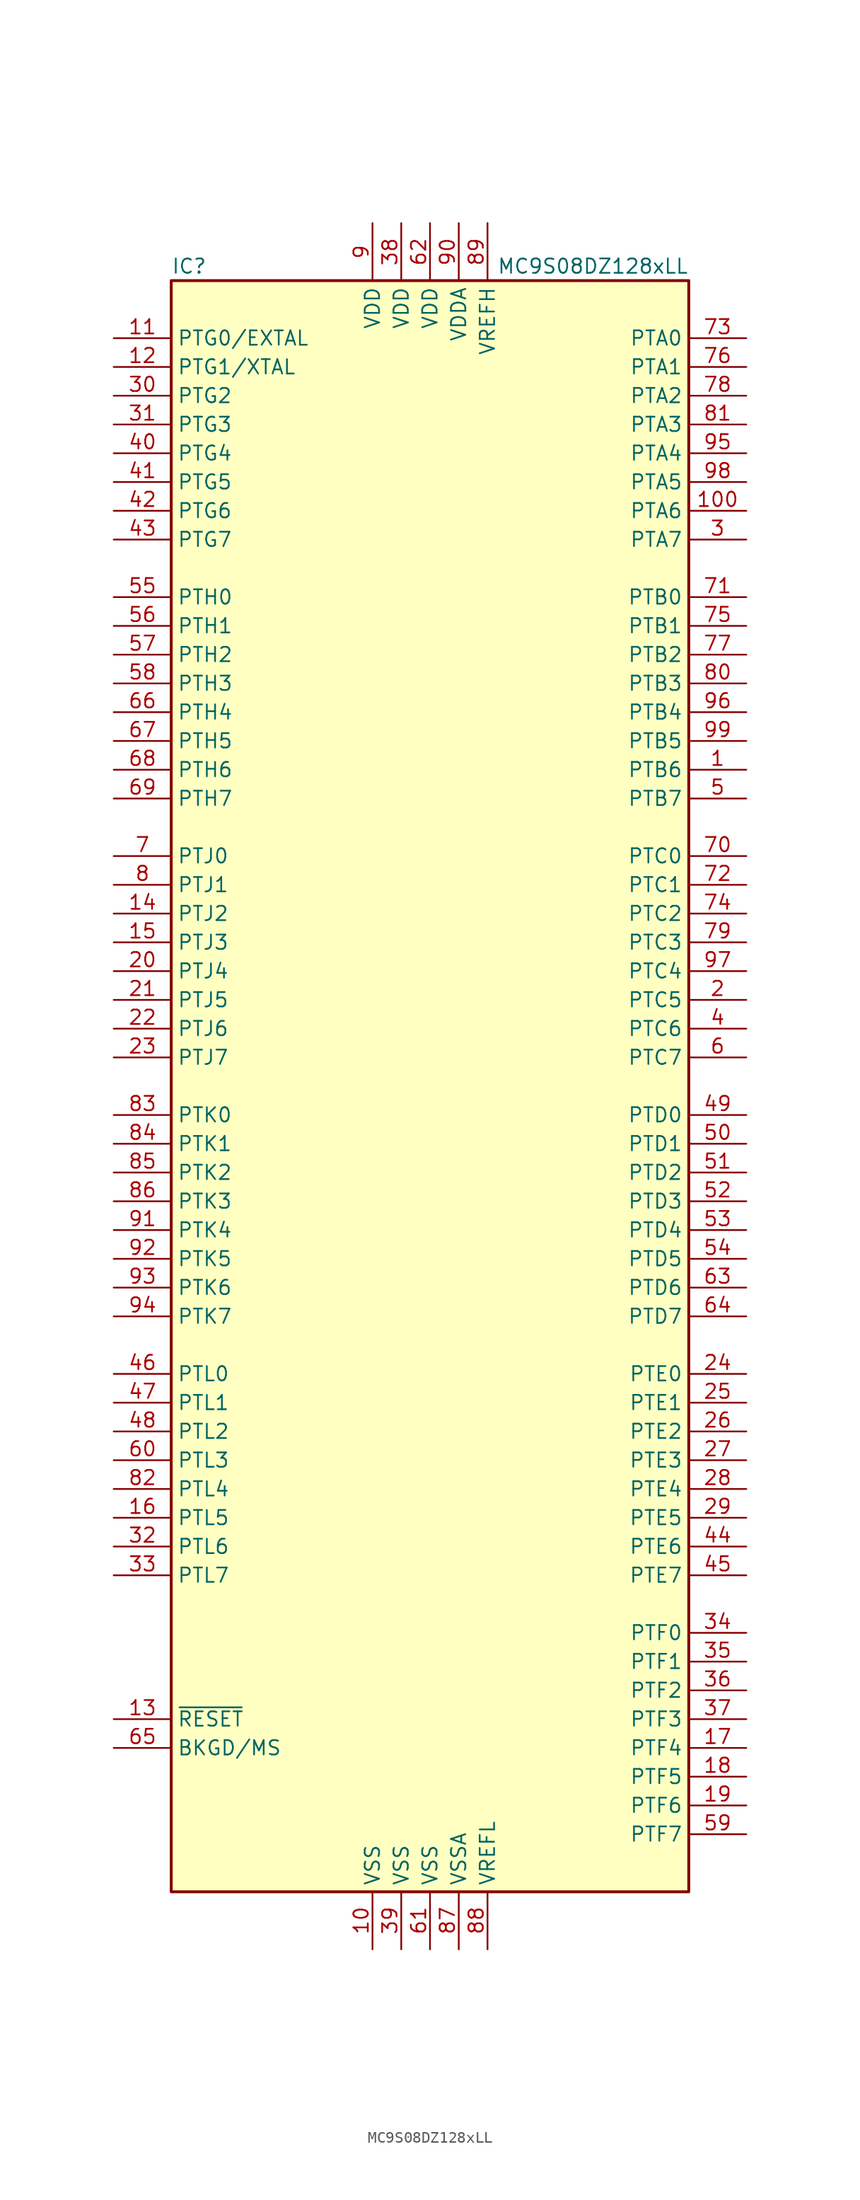
<source format=kicad_sym>
(kicad_symbol_lib
  (version 20201005)
  (generator kicad_symbol_editor)
  (symbol "MCU_NXP_S08:MC9S08DZ128xLL"
    (property "Reference" "IC"
      (at -22.86 72.39 0)
      (effects (font (size 1.27 1.27)) (justify left)))
    (property "Value" "MC9S08DZ128xLL"
      (at 22.86 72.39 0)
      (effects (font (size 1.27 1.27)) (justify right)))
    (symbol "MC9S08DZ128xLL_0_1"
      (rectangle (start -22.86 71.12) (end 22.86 -71.12) (stroke (width 0.254)) (fill (type background))))
    (symbol "MC9S08DZ128xLL_1_1"
      (pin bidirectional line (at 27.94 27.94 180) (length 5.08) (name "PTB6" (effects (font (size 1.27 1.27)))) (number "1" (effects (font (size 1.27 1.27)))))
      (pin power_in line (at -5.08 -76.2 90) (length 5.08) (name "VSS" (effects (font (size 1.27 1.27)))) (number "10" (effects (font (size 1.27 1.27)))))
      (pin bidirectional line (at 27.94 50.8 180) (length 5.08) (name "PTA6" (effects (font (size 1.27 1.27)))) (number "100" (effects (font (size 1.27 1.27)))))
      (pin bidirectional line (at -27.94 66.04 0) (length 5.08) (name "PTG0/EXTAL" (effects (font (size 1.27 1.27)))) (number "11" (effects (font (size 1.27 1.27)))))
      (pin bidirectional line (at -27.94 63.5 0) (length 5.08) (name "PTG1/XTAL" (effects (font (size 1.27 1.27)))) (number "12" (effects (font (size 1.27 1.27)))))
      (pin input line (at -27.94 -55.88 0) (length 5.08) (name "~RESET" (effects (font (size 1.27 1.27)))) (number "13" (effects (font (size 1.27 1.27)))))
      (pin bidirectional line (at -27.94 15.24 0) (length 5.08) (name "PTJ2" (effects (font (size 1.27 1.27)))) (number "14" (effects (font (size 1.27 1.27)))))
      (pin bidirectional line (at -27.94 12.7 0) (length 5.08) (name "PTJ3" (effects (font (size 1.27 1.27)))) (number "15" (effects (font (size 1.27 1.27)))))
      (pin bidirectional line (at -27.94 -38.1 0) (length 5.08) (name "PTL5" (effects (font (size 1.27 1.27)))) (number "16" (effects (font (size 1.27 1.27)))))
      (pin bidirectional line (at 27.94 -58.42 180) (length 5.08) (name "PTF4" (effects (font (size 1.27 1.27)))) (number "17" (effects (font (size 1.27 1.27)))))
      (pin bidirectional line (at 27.94 -60.96 180) (length 5.08) (name "PTF5" (effects (font (size 1.27 1.27)))) (number "18" (effects (font (size 1.27 1.27)))))
      (pin bidirectional line (at 27.94 -63.5 180) (length 5.08) (name "PTF6" (effects (font (size 1.27 1.27)))) (number "19" (effects (font (size 1.27 1.27)))))
      (pin bidirectional line (at 27.94 7.62 180) (length 5.08) (name "PTC5" (effects (font (size 1.27 1.27)))) (number "2" (effects (font (size 1.27 1.27)))))
      (pin bidirectional line (at -27.94 10.16 0) (length 5.08) (name "PTJ4" (effects (font (size 1.27 1.27)))) (number "20" (effects (font (size 1.27 1.27)))))
      (pin bidirectional line (at -27.94 7.62 0) (length 5.08) (name "PTJ5" (effects (font (size 1.27 1.27)))) (number "21" (effects (font (size 1.27 1.27)))))
      (pin bidirectional line (at -27.94 5.08 0) (length 5.08) (name "PTJ6" (effects (font (size 1.27 1.27)))) (number "22" (effects (font (size 1.27 1.27)))))
      (pin bidirectional line (at -27.94 2.54 0) (length 5.08) (name "PTJ7" (effects (font (size 1.27 1.27)))) (number "23" (effects (font (size 1.27 1.27)))))
      (pin bidirectional line (at 27.94 -25.4 180) (length 5.08) (name "PTE0" (effects (font (size 1.27 1.27)))) (number "24" (effects (font (size 1.27 1.27)))))
      (pin bidirectional line (at 27.94 -27.94 180) (length 5.08) (name "PTE1" (effects (font (size 1.27 1.27)))) (number "25" (effects (font (size 1.27 1.27)))))
      (pin bidirectional line (at 27.94 -30.48 180) (length 5.08) (name "PTE2" (effects (font (size 1.27 1.27)))) (number "26" (effects (font (size 1.27 1.27)))))
      (pin bidirectional line (at 27.94 -33.02 180) (length 5.08) (name "PTE3" (effects (font (size 1.27 1.27)))) (number "27" (effects (font (size 1.27 1.27)))))
      (pin bidirectional line (at 27.94 -35.56 180) (length 5.08) (name "PTE4" (effects (font (size 1.27 1.27)))) (number "28" (effects (font (size 1.27 1.27)))))
      (pin bidirectional line (at 27.94 -38.1 180) (length 5.08) (name "PTE5" (effects (font (size 1.27 1.27)))) (number "29" (effects (font (size 1.27 1.27)))))
      (pin bidirectional line (at 27.94 48.26 180) (length 5.08) (name "PTA7" (effects (font (size 1.27 1.27)))) (number "3" (effects (font (size 1.27 1.27)))))
      (pin bidirectional line (at -27.94 60.96 0) (length 5.08) (name "PTG2" (effects (font (size 1.27 1.27)))) (number "30" (effects (font (size 1.27 1.27)))))
      (pin bidirectional line (at -27.94 58.42 0) (length 5.08) (name "PTG3" (effects (font (size 1.27 1.27)))) (number "31" (effects (font (size 1.27 1.27)))))
      (pin bidirectional line (at -27.94 -40.64 0) (length 5.08) (name "PTL6" (effects (font (size 1.27 1.27)))) (number "32" (effects (font (size 1.27 1.27)))))
      (pin bidirectional line (at -27.94 -43.18 0) (length 5.08) (name "PTL7" (effects (font (size 1.27 1.27)))) (number "33" (effects (font (size 1.27 1.27)))))
      (pin bidirectional line (at 27.94 -48.26 180) (length 5.08) (name "PTF0" (effects (font (size 1.27 1.27)))) (number "34" (effects (font (size 1.27 1.27)))))
      (pin bidirectional line (at 27.94 -50.8 180) (length 5.08) (name "PTF1" (effects (font (size 1.27 1.27)))) (number "35" (effects (font (size 1.27 1.27)))))
      (pin bidirectional line (at 27.94 -53.34 180) (length 5.08) (name "PTF2" (effects (font (size 1.27 1.27)))) (number "36" (effects (font (size 1.27 1.27)))))
      (pin bidirectional line (at 27.94 -55.88 180) (length 5.08) (name "PTF3" (effects (font (size 1.27 1.27)))) (number "37" (effects (font (size 1.27 1.27)))))
      (pin power_in line (at -2.54 76.2 270) (length 5.08) (name "VDD" (effects (font (size 1.27 1.27)))) (number "38" (effects (font (size 1.27 1.27)))))
      (pin power_in line (at -2.54 -76.2 90) (length 5.08) (name "VSS" (effects (font (size 1.27 1.27)))) (number "39" (effects (font (size 1.27 1.27)))))
      (pin bidirectional line (at 27.94 5.08 180) (length 5.08) (name "PTC6" (effects (font (size 1.27 1.27)))) (number "4" (effects (font (size 1.27 1.27)))))
      (pin bidirectional line (at -27.94 55.88 0) (length 5.08) (name "PTG4" (effects (font (size 1.27 1.27)))) (number "40" (effects (font (size 1.27 1.27)))))
      (pin bidirectional line (at -27.94 53.34 0) (length 5.08) (name "PTG5" (effects (font (size 1.27 1.27)))) (number "41" (effects (font (size 1.27 1.27)))))
      (pin bidirectional line (at -27.94 50.8 0) (length 5.08) (name "PTG6" (effects (font (size 1.27 1.27)))) (number "42" (effects (font (size 1.27 1.27)))))
      (pin bidirectional line (at -27.94 48.26 0) (length 5.08) (name "PTG7" (effects (font (size 1.27 1.27)))) (number "43" (effects (font (size 1.27 1.27)))))
      (pin bidirectional line (at 27.94 -40.64 180) (length 5.08) (name "PTE6" (effects (font (size 1.27 1.27)))) (number "44" (effects (font (size 1.27 1.27)))))
      (pin bidirectional line (at 27.94 -43.18 180) (length 5.08) (name "PTE7" (effects (font (size 1.27 1.27)))) (number "45" (effects (font (size 1.27 1.27)))))
      (pin bidirectional line (at -27.94 -25.4 0) (length 5.08) (name "PTL0" (effects (font (size 1.27 1.27)))) (number "46" (effects (font (size 1.27 1.27)))))
      (pin bidirectional line (at -27.94 -27.94 0) (length 5.08) (name "PTL1" (effects (font (size 1.27 1.27)))) (number "47" (effects (font (size 1.27 1.27)))))
      (pin bidirectional line (at -27.94 -30.48 0) (length 5.08) (name "PTL2" (effects (font (size 1.27 1.27)))) (number "48" (effects (font (size 1.27 1.27)))))
      (pin bidirectional line (at 27.94 -2.54 180) (length 5.08) (name "PTD0" (effects (font (size 1.27 1.27)))) (number "49" (effects (font (size 1.27 1.27)))))
      (pin bidirectional line (at 27.94 25.4 180) (length 5.08) (name "PTB7" (effects (font (size 1.27 1.27)))) (number "5" (effects (font (size 1.27 1.27)))))
      (pin bidirectional line (at 27.94 -5.08 180) (length 5.08) (name "PTD1" (effects (font (size 1.27 1.27)))) (number "50" (effects (font (size 1.27 1.27)))))
      (pin bidirectional line (at 27.94 -7.62 180) (length 5.08) (name "PTD2" (effects (font (size 1.27 1.27)))) (number "51" (effects (font (size 1.27 1.27)))))
      (pin bidirectional line (at 27.94 -10.16 180) (length 5.08) (name "PTD3" (effects (font (size 1.27 1.27)))) (number "52" (effects (font (size 1.27 1.27)))))
      (pin bidirectional line (at 27.94 -12.7 180) (length 5.08) (name "PTD4" (effects (font (size 1.27 1.27)))) (number "53" (effects (font (size 1.27 1.27)))))
      (pin bidirectional line (at 27.94 -15.24 180) (length 5.08) (name "PTD5" (effects (font (size 1.27 1.27)))) (number "54" (effects (font (size 1.27 1.27)))))
      (pin bidirectional line (at -27.94 43.18 0) (length 5.08) (name "PTH0" (effects (font (size 1.27 1.27)))) (number "55" (effects (font (size 1.27 1.27)))))
      (pin bidirectional line (at -27.94 40.64 0) (length 5.08) (name "PTH1" (effects (font (size 1.27 1.27)))) (number "56" (effects (font (size 1.27 1.27)))))
      (pin bidirectional line (at -27.94 38.1 0) (length 5.08) (name "PTH2" (effects (font (size 1.27 1.27)))) (number "57" (effects (font (size 1.27 1.27)))))
      (pin bidirectional line (at -27.94 35.56 0) (length 5.08) (name "PTH3" (effects (font (size 1.27 1.27)))) (number "58" (effects (font (size 1.27 1.27)))))
      (pin bidirectional line (at 27.94 -66.04 180) (length 5.08) (name "PTF7" (effects (font (size 1.27 1.27)))) (number "59" (effects (font (size 1.27 1.27)))))
      (pin bidirectional line (at 27.94 2.54 180) (length 5.08) (name "PTC7" (effects (font (size 1.27 1.27)))) (number "6" (effects (font (size 1.27 1.27)))))
      (pin bidirectional line (at -27.94 -33.02 0) (length 5.08) (name "PTL3" (effects (font (size 1.27 1.27)))) (number "60" (effects (font (size 1.27 1.27)))))
      (pin power_in line (at 0 -76.2 90) (length 5.08) (name "VSS" (effects (font (size 1.27 1.27)))) (number "61" (effects (font (size 1.27 1.27)))))
      (pin power_in line (at 0 76.2 270) (length 5.08) (name "VDD" (effects (font (size 1.27 1.27)))) (number "62" (effects (font (size 1.27 1.27)))))
      (pin bidirectional line (at 27.94 -17.78 180) (length 5.08) (name "PTD6" (effects (font (size 1.27 1.27)))) (number "63" (effects (font (size 1.27 1.27)))))
      (pin bidirectional line (at 27.94 -20.32 180) (length 5.08) (name "PTD7" (effects (font (size 1.27 1.27)))) (number "64" (effects (font (size 1.27 1.27)))))
      (pin bidirectional line (at -27.94 -58.42 0) (length 5.08) (name "BKGD/MS" (effects (font (size 1.27 1.27)))) (number "65" (effects (font (size 1.27 1.27)))))
      (pin bidirectional line (at -27.94 33.02 0) (length 5.08) (name "PTH4" (effects (font (size 1.27 1.27)))) (number "66" (effects (font (size 1.27 1.27)))))
      (pin bidirectional line (at -27.94 30.48 0) (length 5.08) (name "PTH5" (effects (font (size 1.27 1.27)))) (number "67" (effects (font (size 1.27 1.27)))))
      (pin bidirectional line (at -27.94 27.94 0) (length 5.08) (name "PTH6" (effects (font (size 1.27 1.27)))) (number "68" (effects (font (size 1.27 1.27)))))
      (pin bidirectional line (at -27.94 25.4 0) (length 5.08) (name "PTH7" (effects (font (size 1.27 1.27)))) (number "69" (effects (font (size 1.27 1.27)))))
      (pin bidirectional line (at -27.94 20.32 0) (length 5.08) (name "PTJ0" (effects (font (size 1.27 1.27)))) (number "7" (effects (font (size 1.27 1.27)))))
      (pin bidirectional line (at 27.94 20.32 180) (length 5.08) (name "PTC0" (effects (font (size 1.27 1.27)))) (number "70" (effects (font (size 1.27 1.27)))))
      (pin bidirectional line (at 27.94 43.18 180) (length 5.08) (name "PTB0" (effects (font (size 1.27 1.27)))) (number "71" (effects (font (size 1.27 1.27)))))
      (pin bidirectional line (at 27.94 17.78 180) (length 5.08) (name "PTC1" (effects (font (size 1.27 1.27)))) (number "72" (effects (font (size 1.27 1.27)))))
      (pin bidirectional line (at 27.94 66.04 180) (length 5.08) (name "PTA0" (effects (font (size 1.27 1.27)))) (number "73" (effects (font (size 1.27 1.27)))))
      (pin bidirectional line (at 27.94 15.24 180) (length 5.08) (name "PTC2" (effects (font (size 1.27 1.27)))) (number "74" (effects (font (size 1.27 1.27)))))
      (pin bidirectional line (at 27.94 40.64 180) (length 5.08) (name "PTB1" (effects (font (size 1.27 1.27)))) (number "75" (effects (font (size 1.27 1.27)))))
      (pin bidirectional line (at 27.94 63.5 180) (length 5.08) (name "PTA1" (effects (font (size 1.27 1.27)))) (number "76" (effects (font (size 1.27 1.27)))))
      (pin bidirectional line (at 27.94 38.1 180) (length 5.08) (name "PTB2" (effects (font (size 1.27 1.27)))) (number "77" (effects (font (size 1.27 1.27)))))
      (pin bidirectional line (at 27.94 60.96 180) (length 5.08) (name "PTA2" (effects (font (size 1.27 1.27)))) (number "78" (effects (font (size 1.27 1.27)))))
      (pin bidirectional line (at 27.94 12.7 180) (length 5.08) (name "PTC3" (effects (font (size 1.27 1.27)))) (number "79" (effects (font (size 1.27 1.27)))))
      (pin bidirectional line (at -27.94 17.78 0) (length 5.08) (name "PTJ1" (effects (font (size 1.27 1.27)))) (number "8" (effects (font (size 1.27 1.27)))))
      (pin bidirectional line (at 27.94 35.56 180) (length 5.08) (name "PTB3" (effects (font (size 1.27 1.27)))) (number "80" (effects (font (size 1.27 1.27)))))
      (pin bidirectional line (at 27.94 58.42 180) (length 5.08) (name "PTA3" (effects (font (size 1.27 1.27)))) (number "81" (effects (font (size 1.27 1.27)))))
      (pin bidirectional line (at -27.94 -35.56 0) (length 5.08) (name "PTL4" (effects (font (size 1.27 1.27)))) (number "82" (effects (font (size 1.27 1.27)))))
      (pin bidirectional line (at -27.94 -2.54 0) (length 5.08) (name "PTK0" (effects (font (size 1.27 1.27)))) (number "83" (effects (font (size 1.27 1.27)))))
      (pin bidirectional line (at -27.94 -5.08 0) (length 5.08) (name "PTK1" (effects (font (size 1.27 1.27)))) (number "84" (effects (font (size 1.27 1.27)))))
      (pin bidirectional line (at -27.94 -7.62 0) (length 5.08) (name "PTK2" (effects (font (size 1.27 1.27)))) (number "85" (effects (font (size 1.27 1.27)))))
      (pin bidirectional line (at -27.94 -10.16 0) (length 5.08) (name "PTK3" (effects (font (size 1.27 1.27)))) (number "86" (effects (font (size 1.27 1.27)))))
      (pin power_in line (at 2.54 -76.2 90) (length 5.08) (name "VSSA" (effects (font (size 1.27 1.27)))) (number "87" (effects (font (size 1.27 1.27)))))
      (pin power_in line (at 5.08 -76.2 90) (length 5.08) (name "VREFL" (effects (font (size 1.27 1.27)))) (number "88" (effects (font (size 1.27 1.27)))))
      (pin power_in line (at 5.08 76.2 270) (length 5.08) (name "VREFH" (effects (font (size 1.27 1.27)))) (number "89" (effects (font (size 1.27 1.27)))))
      (pin power_in line (at -5.08 76.2 270) (length 5.08) (name "VDD" (effects (font (size 1.27 1.27)))) (number "9" (effects (font (size 1.27 1.27)))))
      (pin power_in line (at 2.54 76.2 270) (length 5.08) (name "VDDA" (effects (font (size 1.27 1.27)))) (number "90" (effects (font (size 1.27 1.27)))))
      (pin bidirectional line (at -27.94 -12.7 0) (length 5.08) (name "PTK4" (effects (font (size 1.27 1.27)))) (number "91" (effects (font (size 1.27 1.27)))))
      (pin bidirectional line (at -27.94 -15.24 0) (length 5.08) (name "PTK5" (effects (font (size 1.27 1.27)))) (number "92" (effects (font (size 1.27 1.27)))))
      (pin bidirectional line (at -27.94 -17.78 0) (length 5.08) (name "PTK6" (effects (font (size 1.27 1.27)))) (number "93" (effects (font (size 1.27 1.27)))))
      (pin bidirectional line (at -27.94 -20.32 0) (length 5.08) (name "PTK7" (effects (font (size 1.27 1.27)))) (number "94" (effects (font (size 1.27 1.27)))))
      (pin bidirectional line (at 27.94 55.88 180) (length 5.08) (name "PTA4" (effects (font (size 1.27 1.27)))) (number "95" (effects (font (size 1.27 1.27)))))
      (pin bidirectional line (at 27.94 33.02 180) (length 5.08) (name "PTB4" (effects (font (size 1.27 1.27)))) (number "96" (effects (font (size 1.27 1.27)))))
      (pin bidirectional line (at 27.94 10.16 180) (length 5.08) (name "PTC4" (effects (font (size 1.27 1.27)))) (number "97" (effects (font (size 1.27 1.27)))))
      (pin bidirectional line (at 27.94 53.34 180) (length 5.08) (name "PTA5" (effects (font (size 1.27 1.27)))) (number "98" (effects (font (size 1.27 1.27)))))
      (pin bidirectional line (at 27.94 30.48 180) (length 5.08) (name "PTB5" (effects (font (size 1.27 1.27)))) (number "99" (effects (font (size 1.27 1.27))))))))
</source>
